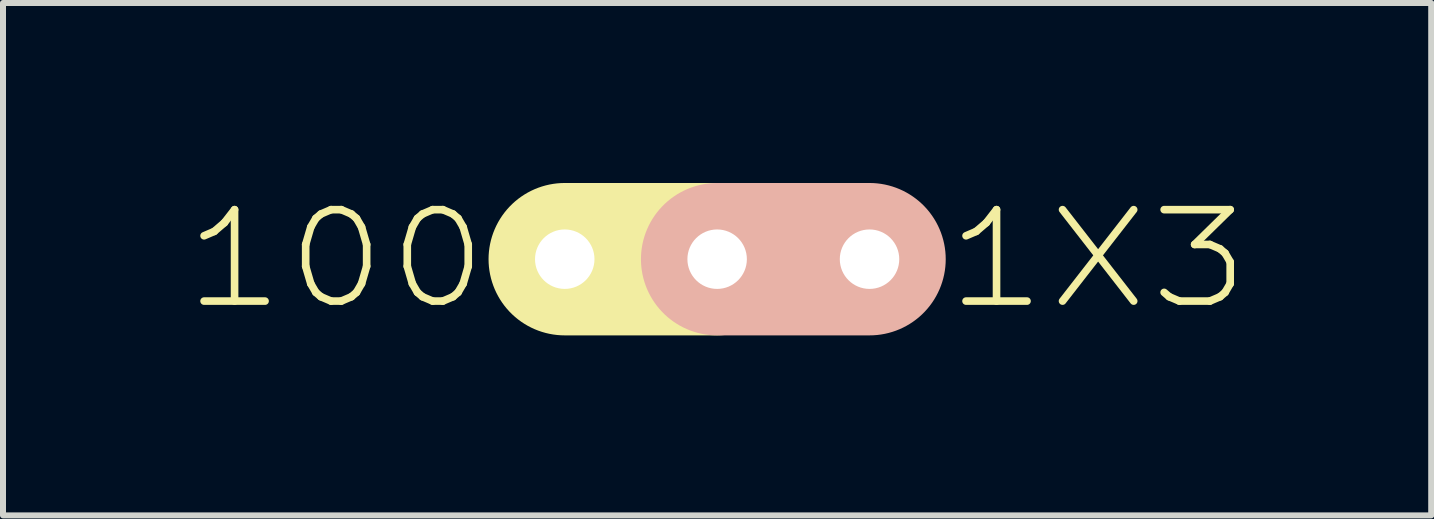
<source format=kicad_pcb>
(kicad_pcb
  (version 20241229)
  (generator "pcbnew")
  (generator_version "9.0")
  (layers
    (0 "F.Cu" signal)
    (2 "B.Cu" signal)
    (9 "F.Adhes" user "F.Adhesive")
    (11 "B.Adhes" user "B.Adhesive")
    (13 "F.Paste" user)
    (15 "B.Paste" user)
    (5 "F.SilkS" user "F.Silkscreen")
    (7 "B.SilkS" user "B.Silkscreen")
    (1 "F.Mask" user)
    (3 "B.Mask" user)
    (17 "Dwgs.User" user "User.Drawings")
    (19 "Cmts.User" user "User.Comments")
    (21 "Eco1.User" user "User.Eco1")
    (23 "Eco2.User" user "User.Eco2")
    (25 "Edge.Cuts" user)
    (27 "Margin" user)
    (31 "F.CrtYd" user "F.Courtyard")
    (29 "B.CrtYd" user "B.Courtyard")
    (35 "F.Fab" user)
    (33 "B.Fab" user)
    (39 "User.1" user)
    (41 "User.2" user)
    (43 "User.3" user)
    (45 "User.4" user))
  (footprint "100PITCH1X3"
    (layer "F.Cu")
    (at 8.903 1.27)
    (property "Reference" "100PITCH1X3" (at 0 0 0) (layer "F.SilkS") (effects (font (size 1.524 1.778) (thickness 0.127))))
    (attr through_hole)
    (fp_line (start -2.54 0) (end 0 0) (stroke (width 2.54) (type solid)) (layer "F.SilkS"))
    (fp_line (start 0 0) (end 2.54 0) (stroke (width 2.54) (type solid)) (layer "B.SilkS"))
    (pad "1" thru_hole circle (at -2.54 0) (size 1.651 1.651) (drill 0.991) (layers "*.Cu" "*.Mask" "F.SilkS"))
    (pad "2" thru_hole circle (at 0 0) (size 1.651 1.651) (drill 0.991) (layers "*.Cu" "*.Mask" "F.SilkS"))
    (pad "3" thru_hole circle (at 2.54 0) (size 1.651 1.651) (drill 0.991) (layers "*.Cu" "*.Mask" "F.SilkS")))
  (gr_rect
    (start -3 -3)
    (end 20.805 5.54)
    (stroke (width 0.1) (type default))
    (fill no)
    (layer "Edge.Cuts")))
</source>
